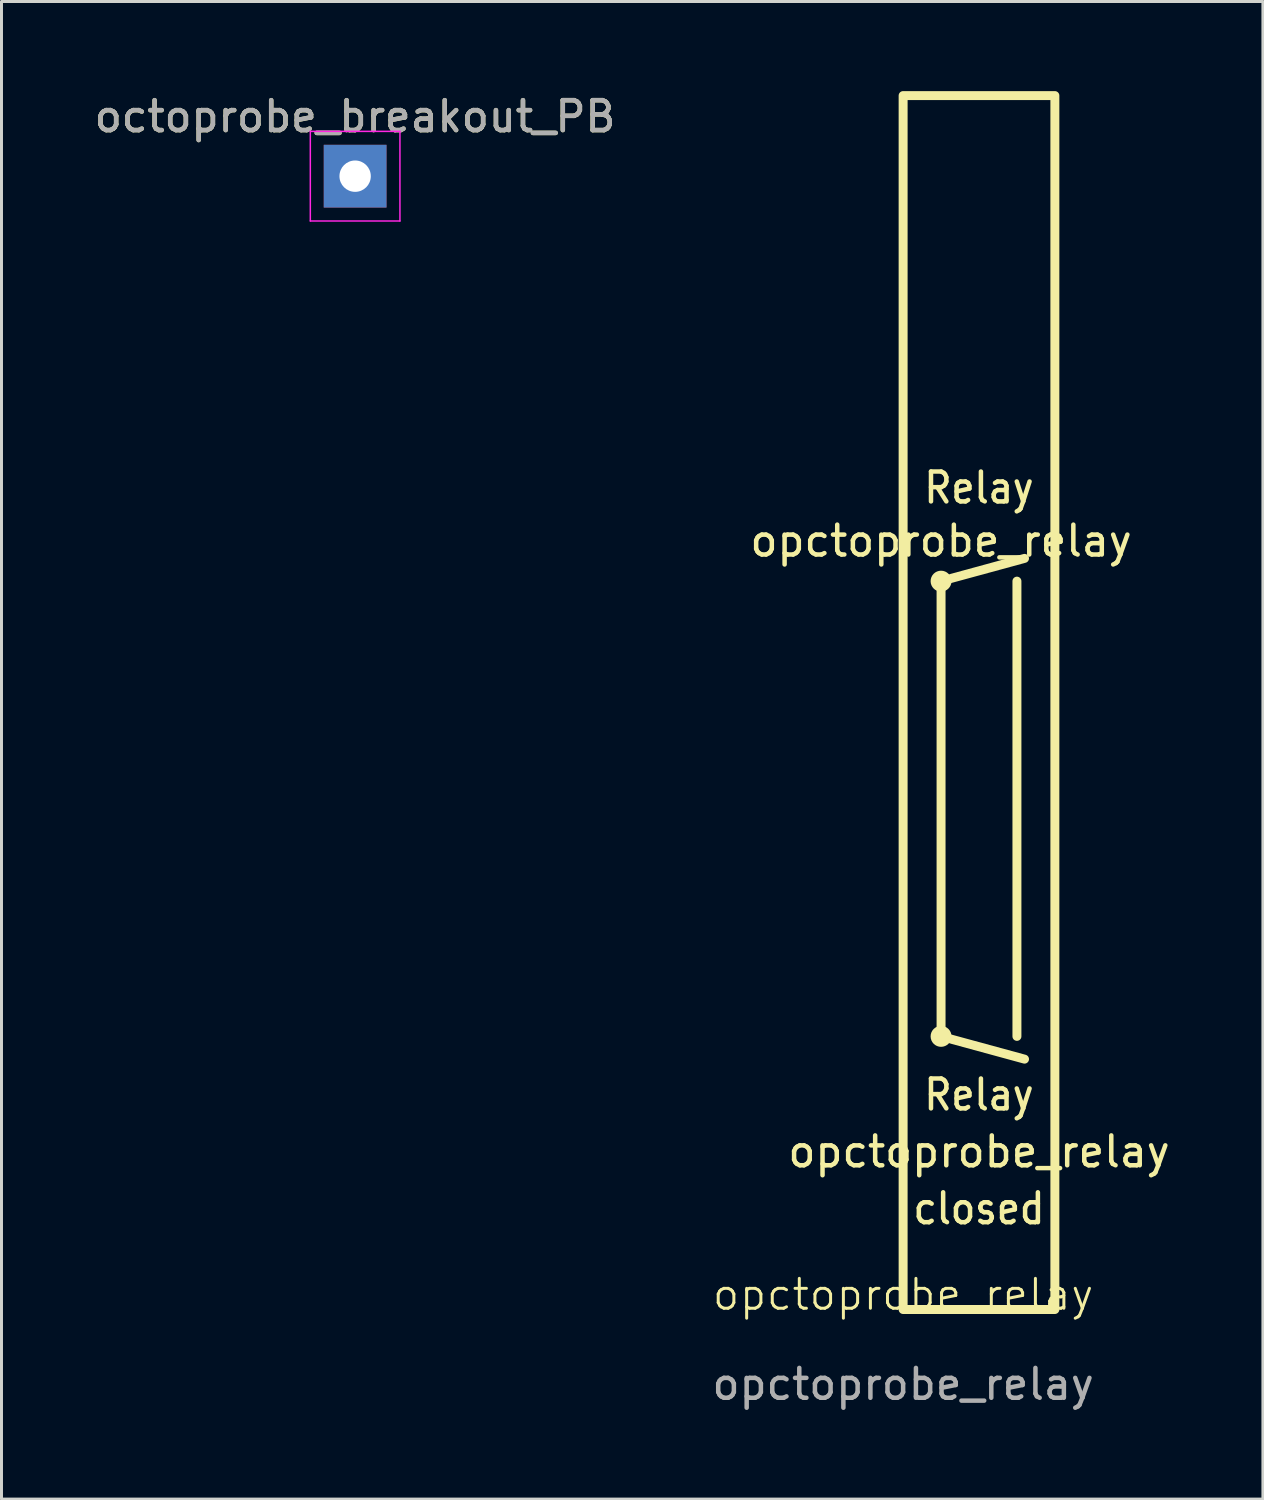
<source format=kicad_pcb>
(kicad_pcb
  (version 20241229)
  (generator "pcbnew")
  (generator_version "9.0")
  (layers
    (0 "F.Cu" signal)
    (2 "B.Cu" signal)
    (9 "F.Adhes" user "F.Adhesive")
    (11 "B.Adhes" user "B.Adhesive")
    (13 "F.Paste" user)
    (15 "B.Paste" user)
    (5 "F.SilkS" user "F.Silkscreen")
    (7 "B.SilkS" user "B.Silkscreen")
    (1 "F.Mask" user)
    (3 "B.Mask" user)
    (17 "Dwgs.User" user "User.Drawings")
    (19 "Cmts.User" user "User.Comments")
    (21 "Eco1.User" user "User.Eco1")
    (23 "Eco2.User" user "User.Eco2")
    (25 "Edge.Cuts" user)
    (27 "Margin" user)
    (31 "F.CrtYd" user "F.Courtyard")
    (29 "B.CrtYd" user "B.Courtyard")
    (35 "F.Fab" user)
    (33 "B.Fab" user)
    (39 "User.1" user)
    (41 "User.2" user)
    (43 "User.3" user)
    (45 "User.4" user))
  (footprint "octoprobe_breakout_PB"
    (layer "F.Cu")
    (at 8.839 2.848)
    (property "Reference" "octoprobe_breakout_PB" (at 0 -1.998 0) (layer "F.SilkS") (effects (font (size 1 1) (thickness 0.15))))
    (attr exclude_from_pos_files exclude_from_bom)
    (fp_line (start -1.5 -1.5) (end -1.5 1.5) (stroke (width 0.05) (type solid)) (layer "F.CrtYd"))
    (fp_line (start -1.5 -1.5) (end 1.5 -1.5) (stroke (width 0.05) (type solid)) (layer "F.CrtYd"))
    (fp_line (start 1.5 1.5) (end -1.5 1.5) (stroke (width 0.05) (type solid)) (layer "F.CrtYd"))
    (fp_line (start 1.5 1.5) (end 1.5 -1.5) (stroke (width 0.05) (type solid)) (layer "F.CrtYd"))
    (fp_text user "${REFERENCE}" (at 0 -2 0) (layer "F.Fab") (effects (font (size 1 1) (thickness 0.15))))
    (pad "1" thru_hole rect (at 0 0) (size 2.1 2.1) (drill 1.05) (layers "*.Cu" "*.Mask")))
  (footprint "opctoprobe_relay"
    (layer "F.Cu")
    (at 27.185 40.79)
    (property "Reference" "opctoprobe_relay" (at 0 -0.5 0) (unlocked yes) (layer "F.SilkS") (effects (font (size 1 1) (thickness 0.1))))
    (property "Value" "opctoprobe_relay" (at 0 1 0) (unlocked yes) (layer "F.Fab") (hide yes) (effects (font (size 1 1) (thickness 0.15))))
    (fp_line (start 1.27 -24.384) (end 4.064 -25.146) (stroke (width 0.3) (type default)) (layer "F.SilkS"))
    (fp_line (start 1.27 -9.144) (end 1.27 -24.384) (stroke (width 0.3) (type default)) (layer "F.SilkS"))
    (fp_line (start 1.27 -9.144) (end 4.064 -8.382) (stroke (width 0.3) (type default)) (layer "F.SilkS"))
    (fp_line (start 3.81 -9.144) (end 3.81 -24.384) (stroke (width 0.3) (type default)) (layer "F.SilkS"))
    (fp_rect (start 0 -40.64) (end 5.08 0) (stroke (width 0.3) (type default)) (fill no) (layer "F.SilkS"))
    (fp_circle (center 1.27 -24.384) (end 1.47 -24.384) (stroke (width 0.3) (type default)) (fill no) (layer "F.SilkS"))
    (fp_circle (center 1.27 -9.144) (end 1.47 -9.144) (stroke (width 0.3) (type default)) (fill no) (layer "F.SilkS"))
    (fp_text user "${VALUE}" (at 1.27 -25.146 0) (unlocked yes) (layer "F.SilkS") (effects (font (size 1 1) (thickness 0.15)) (justify bottom)))
    (fp_text user "Relay" (at 2.54 -26.924 0) (unlocked yes) (layer "F.SilkS") (effects (font (size 1 0.9) (thickness 0.15)) (justify bottom)))
    (fp_text user "closed" (at 2.54 -2.794 0) (unlocked yes) (layer "F.SilkS") (effects (font (size 1 0.9) (thickness 0.15)) (justify bottom)))
    (fp_text user "Relay" (at 2.54 -6.604 0) (unlocked yes) (layer "F.SilkS") (effects (font (size 1 0.9) (thickness 0.15)) (justify bottom)))
    (fp_text user "${VALUE}" (at 2.54 -4.699 0) (unlocked yes) (layer "F.SilkS") (effects (font (size 1 1) (thickness 0.15)) (justify bottom)))
    (fp_text user "${REFERENCE}" (at 0 2.5 0) (unlocked yes) (layer "F.Fab") (effects (font (size 1 1) (thickness 0.15)))))
  (gr_rect
    (start -3 -3)
    (end 39.23 47.138)
    (stroke (width 0.1) (type default))
    (fill no)
    (layer "Edge.Cuts")))
</source>
